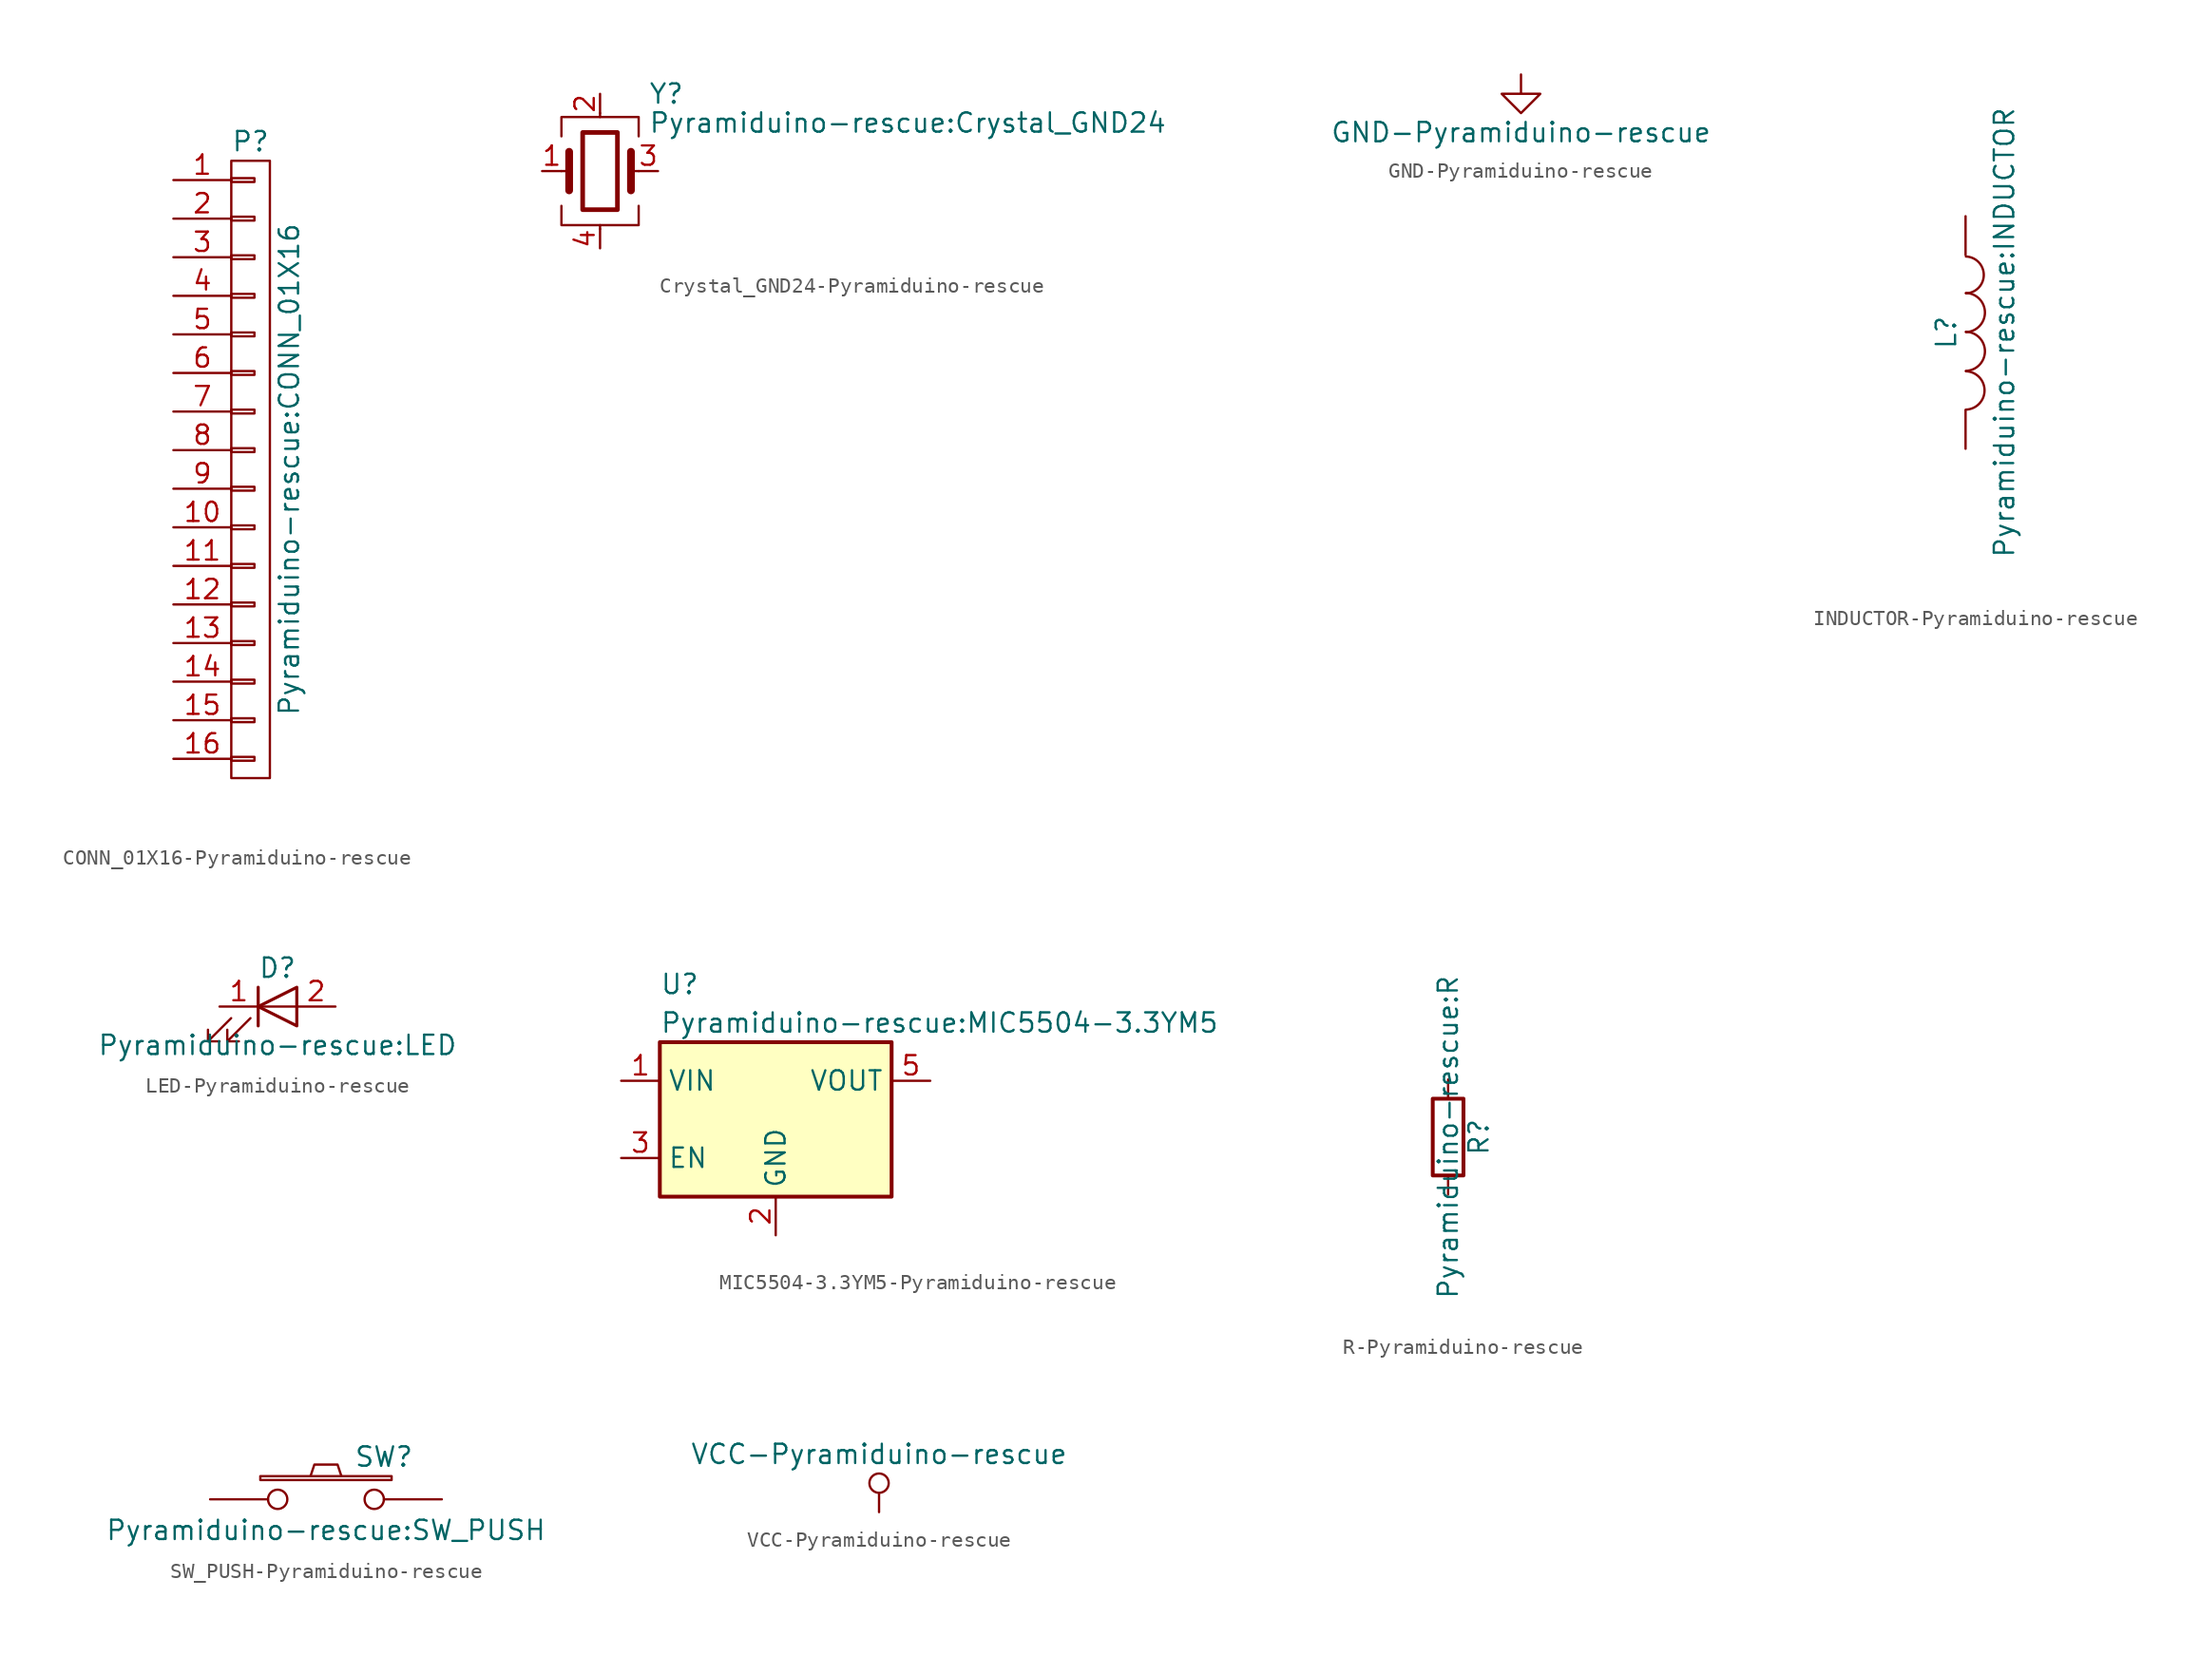
<source format=kicad_sym>
(kicad_symbol_lib
  (version 20220914)
  (generator kicad_symbol_editor)
  (symbol "CONN_01X16-Pyramiduino-rescue"
    (pin_names
      (offset 1.016) hide)
    (property "Reference" "P"
      (at 0 21.59 0)
      (effects (font (size 1.27 1.27))))
    (property "Value" "Pyramiduino-rescue:CONN_01X16"
      (at 2.54 0 90)
      (effects (font (size 1.27 1.27))))
    (property "Footprint" ""
      (at 0 0 0)
      (effects (font (size 1.524 1.524))))
    (property "Datasheet" ""
      (at 0 0 0)
      (effects (font (size 1.524 1.524))))
    (symbol "CONN_01X16-Pyramiduino-rescue_0_1"
      (rectangle (start -1.27 -18.923) (end 0.254 -19.177) (stroke (width 0) (type solid)) (fill (type none)))
      (rectangle (start -1.27 -16.383) (end 0.254 -16.637) (stroke (width 0) (type solid)) (fill (type none)))
      (rectangle (start -1.27 -13.843) (end 0.254 -14.097) (stroke (width 0) (type solid)) (fill (type none)))
      (rectangle (start -1.27 -11.303) (end 0.254 -11.557) (stroke (width 0) (type solid)) (fill (type none)))
      (rectangle (start -1.27 -8.763) (end 0.254 -9.017) (stroke (width 0) (type solid)) (fill (type none)))
      (rectangle (start -1.27 -6.223) (end 0.254 -6.477) (stroke (width 0) (type solid)) (fill (type none)))
      (rectangle (start -1.27 -3.683) (end 0.254 -3.937) (stroke (width 0) (type solid)) (fill (type none)))
      (rectangle (start -1.27 -1.143) (end 0.254 -1.397) (stroke (width 0) (type solid)) (fill (type none)))
      (rectangle (start -1.27 1.397) (end 0.254 1.143) (stroke (width 0) (type solid)) (fill (type none)))
      (rectangle (start -1.27 3.937) (end 0.254 3.683) (stroke (width 0) (type solid)) (fill (type none)))
      (rectangle (start -1.27 6.477) (end 0.254 6.223) (stroke (width 0) (type solid)) (fill (type none)))
      (rectangle (start -1.27 9.017) (end 0.254 8.763) (stroke (width 0) (type solid)) (fill (type none)))
      (rectangle (start -1.27 11.557) (end 0.254 11.303) (stroke (width 0) (type solid)) (fill (type none)))
      (rectangle (start -1.27 14.097) (end 0.254 13.843) (stroke (width 0) (type solid)) (fill (type none)))
      (rectangle (start -1.27 16.637) (end 0.254 16.383) (stroke (width 0) (type solid)) (fill (type none)))
      (rectangle (start -1.27 19.177) (end 0.254 18.923) (stroke (width 0) (type solid)) (fill (type none)))
      (rectangle (start -1.27 20.32) (end 1.27 -20.32) (stroke (width 0) (type solid)) (fill (type none))))
    (symbol "CONN_01X16-Pyramiduino-rescue_1_1"
      (pin passive line (at -5.08 19.05 0) (length 3.81) (name "P1" (effects (font (size 1.27 1.27)))) (number "1" (effects (font (size 1.27 1.27)))))
      (pin passive line (at -5.08 -3.81 0) (length 3.81) (name "P10" (effects (font (size 1.27 1.27)))) (number "10" (effects (font (size 1.27 1.27)))))
      (pin passive line (at -5.08 -6.35 0) (length 3.81) (name "P11" (effects (font (size 1.27 1.27)))) (number "11" (effects (font (size 1.27 1.27)))))
      (pin passive line (at -5.08 -8.89 0) (length 3.81) (name "P12" (effects (font (size 1.27 1.27)))) (number "12" (effects (font (size 1.27 1.27)))))
      (pin passive line (at -5.08 -11.43 0) (length 3.81) (name "P13" (effects (font (size 1.27 1.27)))) (number "13" (effects (font (size 1.27 1.27)))))
      (pin passive line (at -5.08 -13.97 0) (length 3.81) (name "P14" (effects (font (size 1.27 1.27)))) (number "14" (effects (font (size 1.27 1.27)))))
      (pin passive line (at -5.08 -16.51 0) (length 3.81) (name "P15" (effects (font (size 1.27 1.27)))) (number "15" (effects (font (size 1.27 1.27)))))
      (pin passive line (at -5.08 -19.05 0) (length 3.81) (name "P16" (effects (font (size 1.27 1.27)))) (number "16" (effects (font (size 1.27 1.27)))))
      (pin passive line (at -5.08 16.51 0) (length 3.81) (name "P2" (effects (font (size 1.27 1.27)))) (number "2" (effects (font (size 1.27 1.27)))))
      (pin passive line (at -5.08 13.97 0) (length 3.81) (name "P3" (effects (font (size 1.27 1.27)))) (number "3" (effects (font (size 1.27 1.27)))))
      (pin passive line (at -5.08 11.43 0) (length 3.81) (name "P4" (effects (font (size 1.27 1.27)))) (number "4" (effects (font (size 1.27 1.27)))))
      (pin passive line (at -5.08 8.89 0) (length 3.81) (name "P5" (effects (font (size 1.27 1.27)))) (number "5" (effects (font (size 1.27 1.27)))))
      (pin passive line (at -5.08 6.35 0) (length 3.81) (name "P6" (effects (font (size 1.27 1.27)))) (number "6" (effects (font (size 1.27 1.27)))))
      (pin passive line (at -5.08 3.81 0) (length 3.81) (name "P7" (effects (font (size 1.27 1.27)))) (number "7" (effects (font (size 1.27 1.27)))))
      (pin passive line (at -5.08 1.27 0) (length 3.81) (name "P8" (effects (font (size 1.27 1.27)))) (number "8" (effects (font (size 1.27 1.27)))))
      (pin passive line (at -5.08 -1.27 0) (length 3.81) (name "P9" (effects (font (size 1.27 1.27)))) (number "9" (effects (font (size 1.27 1.27)))))))
  (symbol "Crystal_GND24-Pyramiduino-rescue"
    (pin_names
      (offset 1.016) hide)
    (property "Reference" "Y"
      (at 3.175 5.08 0)
      (effects (font (size 1.27 1.27)) (justify left)))
    (property "Value" "Pyramiduino-rescue:Crystal_GND24"
      (at 3.175 3.175 0)
      (effects (font (size 1.27 1.27)) (justify left)))
    (symbol "Crystal_GND24-Pyramiduino-rescue_0_1"
      (rectangle (start -1.143 2.54) (end 1.143 -2.54) (stroke (width 0.305) (type solid)) (fill (type none)))
      (polyline (pts (xy -2.54 0) (xy -2.032 0)) (stroke (width 0) (type solid)) (fill (type none)))
      (polyline (pts (xy -2.032 -1.27) (xy -2.032 1.27)) (stroke (width 0.508) (type solid)) (fill (type none)))
      (polyline (pts (xy 0 -3.81) (xy 0 -3.556)) (stroke (width 0) (type solid)) (fill (type none)))
      (polyline (pts (xy 0 3.556) (xy 0 3.81)) (stroke (width 0) (type solid)) (fill (type none)))
      (polyline (pts (xy 2.032 -1.27) (xy 2.032 1.27)) (stroke (width 0.508) (type solid)) (fill (type none)))
      (polyline (pts (xy 2.032 0) (xy 2.54 0)) (stroke (width 0) (type solid)) (fill (type none)))
      (polyline (pts (xy -2.54 -2.286) (xy -2.54 -3.556) (xy 2.54 -3.556) (xy 2.54 -2.286)) (stroke (width 0) (type solid)) (fill (type none)))
      (polyline (pts (xy -2.54 2.286) (xy -2.54 3.556) (xy 2.54 3.556) (xy 2.54 2.286)) (stroke (width 0) (type solid)) (fill (type none))))
    (symbol "Crystal_GND24-Pyramiduino-rescue_1_1"
      (pin passive line (at -3.81 0 0) (length 1.27) (name "1" (effects (font (size 1.27 1.27)))) (number "1" (effects (font (size 1.27 1.27)))))
      (pin passive line (at 0 5.08 270) (length 1.27) (name "2" (effects (font (size 1.27 1.27)))) (number "2" (effects (font (size 1.27 1.27)))))
      (pin passive line (at 3.81 0 180) (length 1.27) (name "3" (effects (font (size 1.27 1.27)))) (number "3" (effects (font (size 1.27 1.27)))))
      (pin passive line (at 0 -5.08 90) (length 1.27) (name "4" (effects (font (size 1.27 1.27)))) (number "4" (effects (font (size 1.27 1.27)))))))
  (symbol "GND-Pyramiduino-rescue"
    (power)
    (pin_names
      (offset 0))
    (property "Reference" "#PWR"
      (at 0 -6.35 0)
      (effects (font (size 1.27 1.27)) hide))
    (property "Value" "GND-Pyramiduino-rescue"
      (at 0 -3.81 0)
      (effects (font (size 1.27 1.27))))
    (symbol "GND-Pyramiduino-rescue_0_1"
      (polyline (pts (xy 0 0) (xy 0 -1.27) (xy 1.27 -1.27) (xy 0 -2.54) (xy -1.27 -1.27) (xy 0 -1.27)) (stroke (width 0) (type solid)) (fill (type none))))
    (symbol "GND-Pyramiduino-rescue_1_1"
      (pin power_in line (at 0 0 270) (length 0) hide (name "GND" (effects (font (size 1.27 1.27)))) (number "1" (effects (font (size 1.27 1.27)))))))
  (symbol "INDUCTOR-Pyramiduino-rescue"
    (pin_numbers hide)
    (pin_names
      (offset 1.016) hide)
    (property "Reference" "L"
      (at -1.27 0 90)
      (effects (font (size 1.27 1.27))))
    (property "Value" "Pyramiduino-rescue:INDUCTOR"
      (at 2.54 0 90)
      (effects (font (size 1.27 1.27))))
    (property "Footprint" ""
      (at 0 0 0)
      (effects (font (size 1.524 1.524))))
    (property "Datasheet" ""
      (at 0 0 0)
      (effects (font (size 1.524 1.524))))
    (symbol "INDUCTOR-Pyramiduino-rescue_0_1"
      (arc (start 0.0254 -5.0546) (mid 1.2449 -3.8097) (end 0.0254 -2.54) (stroke (width 0) (type solid)) (fill (type none)))
      (arc (start 0.0254 -2.5146) (mid 1.2703 -1.2444) (end 0.0254 0.0508) (stroke (width 0) (type solid)) (fill (type none)))
      (arc (start 0.0254 0.0254) (mid 1.2703 1.2956) (end 0.0254 2.5908) (stroke (width 0) (type solid)) (fill (type none)))
      (arc (start 0.0254 2.5654) (mid 1.1941 3.7595) (end 0.0254 4.9784) (stroke (width 0) (type solid)) (fill (type none))))
    (symbol "INDUCTOR-Pyramiduino-rescue_1_1"
      (pin passive line (at 0 7.62 270) (length 2.54) (name "1" (effects (font (size 1.778 1.778)))) (number "1" (effects (font (size 1.778 1.778)))))
      (pin passive line (at 0 -7.62 90) (length 2.54) (name "2" (effects (font (size 1.778 1.778)))) (number "2" (effects (font (size 1.778 1.778)))))))
  (symbol "LED-Pyramiduino-rescue"
    (pin_names
      (offset 1.016) hide)
    (property "Reference" "D"
      (at 0 2.54 0)
      (effects (font (size 1.27 1.27))))
    (property "Value" "Pyramiduino-rescue:LED"
      (at 0 -2.54 0)
      (effects (font (size 1.27 1.27))))
    (symbol "LED-Pyramiduino-rescue_0_1"
      (polyline (pts (xy -1.27 -1.27) (xy -1.27 1.27)) (stroke (width 0.203) (type solid)) (fill (type none)))
      (polyline (pts (xy -1.27 0) (xy 1.27 0)) (stroke (width 0) (type solid)) (fill (type none)))
      (polyline (pts (xy 1.27 -1.27) (xy 1.27 1.27) (xy -1.27 0) (xy 1.27 -1.27)) (stroke (width 0.203) (type solid)) (fill (type none)))
      (polyline (pts (xy -3.048 -0.762) (xy -4.572 -2.286) (xy -3.81 -2.286) (xy -4.572 -2.286) (xy -4.572 -1.524)) (stroke (width 0) (type solid)) (fill (type none)))
      (polyline (pts (xy -1.778 -0.762) (xy -3.302 -2.286) (xy -2.54 -2.286) (xy -3.302 -2.286) (xy -3.302 -1.524)) (stroke (width 0) (type solid)) (fill (type none))))
    (symbol "LED-Pyramiduino-rescue_1_1"
      (pin passive line (at -3.81 0 0) (length 2.54) (name "K" (effects (font (size 1.27 1.27)))) (number "1" (effects (font (size 1.27 1.27)))))
      (pin passive line (at 3.81 0 180) (length 2.54) (name "A" (effects (font (size 1.27 1.27)))) (number "2" (effects (font (size 1.27 1.27)))))))
  (symbol "MIC5504-3.3YM5-Pyramiduino-rescue"
    (property "Reference" "U"
      (at -7.62 8.89 0)
      (effects (font (size 1.27 1.27)) (justify left)))
    (property "Value" "Pyramiduino-rescue:MIC5504-3.3YM5"
      (at -7.62 6.35 0)
      (effects (font (size 1.27 1.27)) (justify left)))
    (symbol "MIC5504-3.3YM5-Pyramiduino-rescue_0_1"
      (rectangle (start -7.62 -5.08) (end 7.62 5.08) (stroke (width 0.254) (type solid)) (fill (type background))))
    (symbol "MIC5504-3.3YM5-Pyramiduino-rescue_1_1"
      (pin power_in line (at -10.16 2.54 0) (length 2.54) (name "VIN" (effects (font (size 1.27 1.27)))) (number "1" (effects (font (size 1.27 1.27)))))
      (pin power_in line (at 0 -7.62 90) (length 2.54) (name "GND" (effects (font (size 1.27 1.27)))) (number "2" (effects (font (size 1.27 1.27)))))
      (pin input line (at -10.16 -2.54 0) (length 2.54) (name "EN" (effects (font (size 1.27 1.27)))) (number "3" (effects (font (size 1.27 1.27)))))
      (pin no_connect line (at 7.62 -2.54 180) (length 2.54) hide (name "NC" (effects (font (size 1.27 1.27)))) (number "4" (effects (font (size 1.27 1.27)))))
      (pin power_out line (at 10.16 2.54 180) (length 2.54) (name "VOUT" (effects (font (size 1.27 1.27)))) (number "5" (effects (font (size 1.27 1.27)))))))
  (symbol "R-Pyramiduino-rescue"
    (pin_numbers hide)
    (pin_names
      (offset 0))
    (property "Reference" "R"
      (at 2.032 0 90)
      (effects (font (size 1.27 1.27))))
    (property "Value" "Pyramiduino-rescue:R"
      (at 0 0 90)
      (effects (font (size 1.27 1.27))))
    (symbol "R-Pyramiduino-rescue_0_1"
      (rectangle (start -1.016 -2.54) (end 1.016 2.54) (stroke (width 0.254) (type solid)) (fill (type none))))
    (symbol "R-Pyramiduino-rescue_1_1"
      (pin passive line (at 0 3.81 270) (length 1.27) (name "~" (effects (font (size 1.27 1.27)))) (number "1" (effects (font (size 1.27 1.27)))))
      (pin passive line (at 0 -3.81 90) (length 1.27) (name "~" (effects (font (size 1.27 1.27)))) (number "2" (effects (font (size 1.27 1.27)))))))
  (symbol "SW_PUSH-Pyramiduino-rescue"
    (pin_numbers hide)
    (pin_names
      (offset 1.016) hide)
    (property "Reference" "SW"
      (at 3.81 2.794 0)
      (effects (font (size 1.27 1.27))))
    (property "Value" "Pyramiduino-rescue:SW_PUSH"
      (at 0 -2.032 0)
      (effects (font (size 1.27 1.27))))
    (property "Footprint" ""
      (at 0 0 0)
      (effects (font (size 1.524 1.524))))
    (property "Datasheet" ""
      (at 0 0 0)
      (effects (font (size 1.524 1.524))))
    (symbol "SW_PUSH-Pyramiduino-rescue_0_1"
      (rectangle (start -4.318 1.27) (end 4.318 1.524) (stroke (width 0) (type solid)) (fill (type none)))
      (polyline (pts (xy -1.016 1.524) (xy -0.762 2.286) (xy 0.762 2.286) (xy 1.016 1.524)) (stroke (width 0) (type solid)) (fill (type none)))
      (pin passive inverted (at -7.62 0 0) (length 5.08) (name "1" (effects (font (size 1.524 1.524)))) (number "1" (effects (font (size 1.524 1.524)))))
      (pin passive inverted (at 7.62 0 180) (length 5.08) (name "2" (effects (font (size 1.524 1.524)))) (number "2" (effects (font (size 1.524 1.524)))))))
  (symbol "VCC-Pyramiduino-rescue"
    (power)
    (pin_names
      (offset 0))
    (property "Reference" "#PWR"
      (at 0 -3.81 0)
      (effects (font (size 1.27 1.27)) hide))
    (property "Value" "VCC-Pyramiduino-rescue"
      (at 0 3.81 0)
      (effects (font (size 1.27 1.27))))
    (symbol "VCC-Pyramiduino-rescue_0_1"
      (polyline (pts (xy 0 0) (xy 0 1.27)) (stroke (width 0) (type solid)) (fill (type none)))
      (circle (center 0 1.905) (radius 0.635) (stroke (width 0) (type solid)) (fill (type none))))
    (symbol "VCC-Pyramiduino-rescue_1_1"
      (pin power_in line (at 0 0 90) (length 0) hide (name "VCC" (effects (font (size 1.27 1.27)))) (number "1" (effects (font (size 1.27 1.27))))))))
</source>
